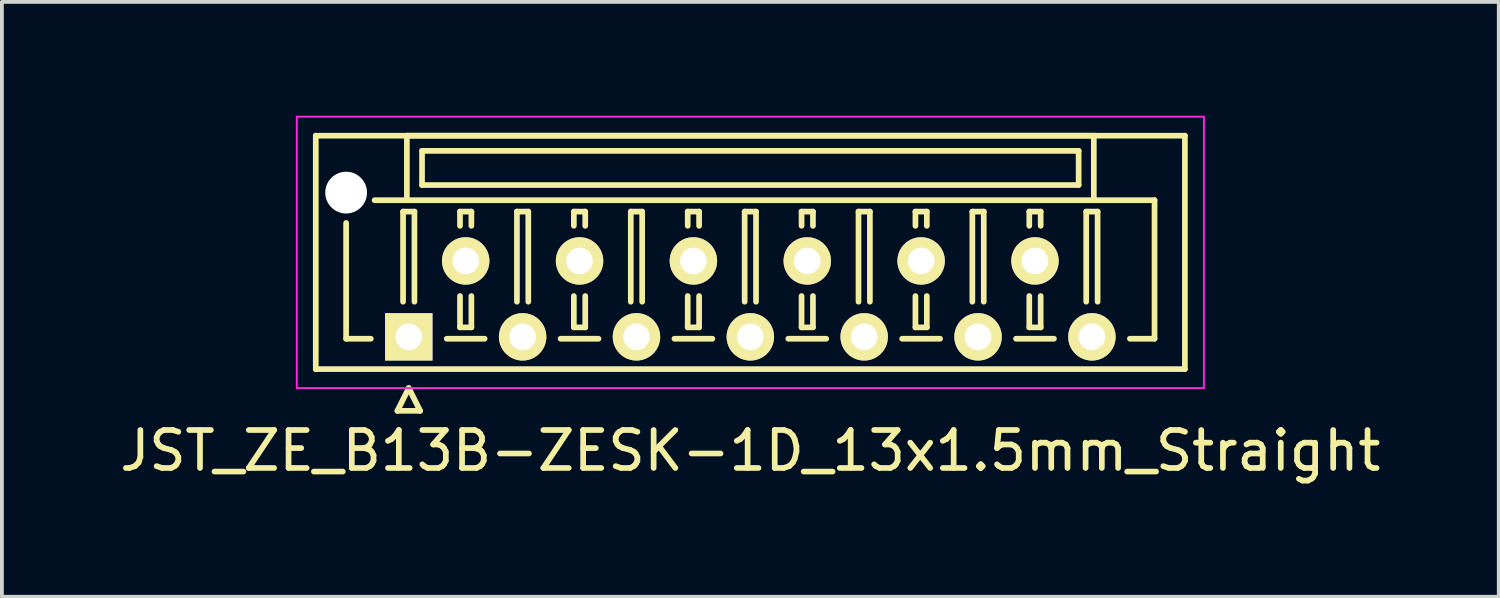
<source format=kicad_pcb>
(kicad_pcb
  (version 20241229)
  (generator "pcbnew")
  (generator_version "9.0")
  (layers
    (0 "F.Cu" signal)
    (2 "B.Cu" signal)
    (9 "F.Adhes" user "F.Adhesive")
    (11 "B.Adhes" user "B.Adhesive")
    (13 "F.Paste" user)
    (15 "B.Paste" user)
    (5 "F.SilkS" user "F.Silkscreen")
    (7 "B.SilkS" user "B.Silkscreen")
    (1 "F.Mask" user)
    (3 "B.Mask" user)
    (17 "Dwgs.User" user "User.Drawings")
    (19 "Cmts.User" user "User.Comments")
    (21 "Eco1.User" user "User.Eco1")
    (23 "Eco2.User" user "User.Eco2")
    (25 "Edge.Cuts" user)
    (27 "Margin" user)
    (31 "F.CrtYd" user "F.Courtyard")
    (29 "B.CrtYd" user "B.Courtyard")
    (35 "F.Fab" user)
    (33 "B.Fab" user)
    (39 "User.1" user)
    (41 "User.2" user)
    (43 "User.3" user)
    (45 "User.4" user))
  (footprint "JST_ZE_B13B-ZESK-1D_13x1.5mm_Straight"
    (layer "F.Cu")
    (at 7.72 5.825)
    (property "Reference" "JST_ZE_B13B-ZESK-1D_13x1.5mm_Straight" (at 9 3 0) (layer "F.SilkS") (effects (font (size 1 1) (thickness 0.15))))
    (attr through_hole)
    (fp_line (start -2.45 -5.3) (end -2.45 0.85) (stroke (width 0.15) (type solid)) (layer "F.SilkS"))
    (fp_line (start -2.45 0.85) (end 20.45 0.85) (stroke (width 0.15) (type solid)) (layer "F.SilkS"))
    (fp_line (start -1.65 -3) (end -1.65 0.05) (stroke (width 0.15) (type solid)) (layer "F.SilkS"))
    (fp_line (start -1.65 0.05) (end -1 0.05) (stroke (width 0.15) (type solid)) (layer "F.SilkS"))
    (fp_line (start -0.3 1.95) (end 0 1.35) (stroke (width 0.15) (type solid)) (layer "F.SilkS"))
    (fp_line (start -0.15 -3.3) (end 0.15 -3.3) (stroke (width 0.15) (type solid)) (layer "F.SilkS"))
    (fp_line (start -0.15 -0.925) (end -0.15 -3.3) (stroke (width 0.15) (type solid)) (layer "F.SilkS"))
    (fp_line (start -0.05 -5.3) (end -0.05 -3.6) (stroke (width 0.15) (type solid)) (layer "F.SilkS"))
    (fp_line (start -0.05 -3.6) (end -0.9 -3.6) (stroke (width 0.15) (type solid)) (layer "F.SilkS"))
    (fp_line (start -0.05 -3.6) (end 18.05 -3.6) (stroke (width 0.15) (type solid)) (layer "F.SilkS"))
    (fp_line (start 0 1.35) (end 0.3 1.95) (stroke (width 0.15) (type solid)) (layer "F.SilkS"))
    (fp_line (start 0.15 -3.3) (end 0.15 -0.925) (stroke (width 0.15) (type solid)) (layer "F.SilkS"))
    (fp_line (start 0.3 1.95) (end -0.3 1.95) (stroke (width 0.15) (type solid)) (layer "F.SilkS"))
    (fp_line (start 0.35 -4.9) (end 0.35 -4) (stroke (width 0.15) (type solid)) (layer "F.SilkS"))
    (fp_line (start 0.35 -4) (end 17.65 -4) (stroke (width 0.15) (type solid)) (layer "F.SilkS"))
    (fp_line (start 1 0.05) (end 2 0.05) (stroke (width 0.15) (type solid)) (layer "F.SilkS"))
    (fp_line (start 1.35 -3.3) (end 1.65 -3.3) (stroke (width 0.15) (type solid)) (layer "F.SilkS"))
    (fp_line (start 1.35 -2.925) (end 1.35 -3.3) (stroke (width 0.15) (type solid)) (layer "F.SilkS"))
    (fp_line (start 1.35 -1.075) (end 1.35 -0.25) (stroke (width 0.15) (type solid)) (layer "F.SilkS"))
    (fp_line (start 1.35 -0.25) (end 1.65 -0.25) (stroke (width 0.15) (type solid)) (layer "F.SilkS"))
    (fp_line (start 1.65 -3.3) (end 1.65 -2.925) (stroke (width 0.15) (type solid)) (layer "F.SilkS"))
    (fp_line (start 1.65 -0.25) (end 1.65 -1.075) (stroke (width 0.15) (type solid)) (layer "F.SilkS"))
    (fp_line (start 2.85 -3.3) (end 3.15 -3.3) (stroke (width 0.15) (type solid)) (layer "F.SilkS"))
    (fp_line (start 2.85 -0.925) (end 2.85 -3.3) (stroke (width 0.15) (type solid)) (layer "F.SilkS"))
    (fp_line (start 3.15 -3.3) (end 3.15 -0.925) (stroke (width 0.15) (type solid)) (layer "F.SilkS"))
    (fp_line (start 4 0.05) (end 5 0.05) (stroke (width 0.15) (type solid)) (layer "F.SilkS"))
    (fp_line (start 4.35 -3.3) (end 4.65 -3.3) (stroke (width 0.15) (type solid)) (layer "F.SilkS"))
    (fp_line (start 4.35 -2.925) (end 4.35 -3.3) (stroke (width 0.15) (type solid)) (layer "F.SilkS"))
    (fp_line (start 4.35 -1.075) (end 4.35 -0.25) (stroke (width 0.15) (type solid)) (layer "F.SilkS"))
    (fp_line (start 4.35 -0.25) (end 4.65 -0.25) (stroke (width 0.15) (type solid)) (layer "F.SilkS"))
    (fp_line (start 4.65 -3.3) (end 4.65 -2.925) (stroke (width 0.15) (type solid)) (layer "F.SilkS"))
    (fp_line (start 4.65 -0.25) (end 4.65 -1.075) (stroke (width 0.15) (type solid)) (layer "F.SilkS"))
    (fp_line (start 5.85 -3.3) (end 6.15 -3.3) (stroke (width 0.15) (type solid)) (layer "F.SilkS"))
    (fp_line (start 5.85 -0.925) (end 5.85 -3.3) (stroke (width 0.15) (type solid)) (layer "F.SilkS"))
    (fp_line (start 6.15 -3.3) (end 6.15 -0.925) (stroke (width 0.15) (type solid)) (layer "F.SilkS"))
    (fp_line (start 7 0.05) (end 8 0.05) (stroke (width 0.15) (type solid)) (layer "F.SilkS"))
    (fp_line (start 7.35 -3.3) (end 7.65 -3.3) (stroke (width 0.15) (type solid)) (layer "F.SilkS"))
    (fp_line (start 7.35 -2.925) (end 7.35 -3.3) (stroke (width 0.15) (type solid)) (layer "F.SilkS"))
    (fp_line (start 7.35 -1.075) (end 7.35 -0.25) (stroke (width 0.15) (type solid)) (layer "F.SilkS"))
    (fp_line (start 7.35 -0.25) (end 7.65 -0.25) (stroke (width 0.15) (type solid)) (layer "F.SilkS"))
    (fp_line (start 7.65 -3.3) (end 7.65 -2.925) (stroke (width 0.15) (type solid)) (layer "F.SilkS"))
    (fp_line (start 7.65 -0.25) (end 7.65 -1.075) (stroke (width 0.15) (type solid)) (layer "F.SilkS"))
    (fp_line (start 8.85 -3.3) (end 9.15 -3.3) (stroke (width 0.15) (type solid)) (layer "F.SilkS"))
    (fp_line (start 8.85 -0.925) (end 8.85 -3.3) (stroke (width 0.15) (type solid)) (layer "F.SilkS"))
    (fp_line (start 9.15 -3.3) (end 9.15 -0.925) (stroke (width 0.15) (type solid)) (layer "F.SilkS"))
    (fp_line (start 10 0.05) (end 11 0.05) (stroke (width 0.15) (type solid)) (layer "F.SilkS"))
    (fp_line (start 10.35 -3.3) (end 10.65 -3.3) (stroke (width 0.15) (type solid)) (layer "F.SilkS"))
    (fp_line (start 10.35 -2.925) (end 10.35 -3.3) (stroke (width 0.15) (type solid)) (layer "F.SilkS"))
    (fp_line (start 10.35 -1.075) (end 10.35 -0.25) (stroke (width 0.15) (type solid)) (layer "F.SilkS"))
    (fp_line (start 10.35 -0.25) (end 10.65 -0.25) (stroke (width 0.15) (type solid)) (layer "F.SilkS"))
    (fp_line (start 10.65 -3.3) (end 10.65 -2.925) (stroke (width 0.15) (type solid)) (layer "F.SilkS"))
    (fp_line (start 10.65 -0.25) (end 10.65 -1.075) (stroke (width 0.15) (type solid)) (layer "F.SilkS"))
    (fp_line (start 11.85 -3.3) (end 12.15 -3.3) (stroke (width 0.15) (type solid)) (layer "F.SilkS"))
    (fp_line (start 11.85 -0.925) (end 11.85 -3.3) (stroke (width 0.15) (type solid)) (layer "F.SilkS"))
    (fp_line (start 12.15 -3.3) (end 12.15 -0.925) (stroke (width 0.15) (type solid)) (layer "F.SilkS"))
    (fp_line (start 13 0.05) (end 14 0.05) (stroke (width 0.15) (type solid)) (layer "F.SilkS"))
    (fp_line (start 13.35 -3.3) (end 13.65 -3.3) (stroke (width 0.15) (type solid)) (layer "F.SilkS"))
    (fp_line (start 13.35 -2.925) (end 13.35 -3.3) (stroke (width 0.15) (type solid)) (layer "F.SilkS"))
    (fp_line (start 13.35 -1.075) (end 13.35 -0.25) (stroke (width 0.15) (type solid)) (layer "F.SilkS"))
    (fp_line (start 13.35 -0.25) (end 13.65 -0.25) (stroke (width 0.15) (type solid)) (layer "F.SilkS"))
    (fp_line (start 13.65 -3.3) (end 13.65 -2.925) (stroke (width 0.15) (type solid)) (layer "F.SilkS"))
    (fp_line (start 13.65 -0.25) (end 13.65 -1.075) (stroke (width 0.15) (type solid)) (layer "F.SilkS"))
    (fp_line (start 14.85 -3.3) (end 15.15 -3.3) (stroke (width 0.15) (type solid)) (layer "F.SilkS"))
    (fp_line (start 14.85 -0.925) (end 14.85 -3.3) (stroke (width 0.15) (type solid)) (layer "F.SilkS"))
    (fp_line (start 15.15 -3.3) (end 15.15 -0.925) (stroke (width 0.15) (type solid)) (layer "F.SilkS"))
    (fp_line (start 16 0.05) (end 17 0.05) (stroke (width 0.15) (type solid)) (layer "F.SilkS"))
    (fp_line (start 16.35 -3.3) (end 16.65 -3.3) (stroke (width 0.15) (type solid)) (layer "F.SilkS"))
    (fp_line (start 16.35 -2.925) (end 16.35 -3.3) (stroke (width 0.15) (type solid)) (layer "F.SilkS"))
    (fp_line (start 16.35 -1.075) (end 16.35 -0.25) (stroke (width 0.15) (type solid)) (layer "F.SilkS"))
    (fp_line (start 16.35 -0.25) (end 16.65 -0.25) (stroke (width 0.15) (type solid)) (layer "F.SilkS"))
    (fp_line (start 16.65 -3.3) (end 16.65 -2.925) (stroke (width 0.15) (type solid)) (layer "F.SilkS"))
    (fp_line (start 16.65 -0.25) (end 16.65 -1.075) (stroke (width 0.15) (type solid)) (layer "F.SilkS"))
    (fp_line (start 17.65 -4.9) (end 0.35 -4.9) (stroke (width 0.15) (type solid)) (layer "F.SilkS"))
    (fp_line (start 17.65 -4) (end 17.65 -4.9) (stroke (width 0.15) (type solid)) (layer "F.SilkS"))
    (fp_line (start 17.85 -3.3) (end 18.15 -3.3) (stroke (width 0.15) (type solid)) (layer "F.SilkS"))
    (fp_line (start 17.85 -0.925) (end 17.85 -3.3) (stroke (width 0.15) (type solid)) (layer "F.SilkS"))
    (fp_line (start 18.05 -5.3) (end -0.05 -5.3) (stroke (width 0.15) (type solid)) (layer "F.SilkS"))
    (fp_line (start 18.05 -3.6) (end 18.05 -5.3) (stroke (width 0.15) (type solid)) (layer "F.SilkS"))
    (fp_line (start 18.05 -3.6) (end 19.65 -3.6) (stroke (width 0.15) (type solid)) (layer "F.SilkS"))
    (fp_line (start 18.15 -3.3) (end 18.15 -0.925) (stroke (width 0.15) (type solid)) (layer "F.SilkS"))
    (fp_line (start 19.65 -3.6) (end 19.65 0.05) (stroke (width 0.15) (type solid)) (layer "F.SilkS"))
    (fp_line (start 19.65 0.05) (end 19 0.05) (stroke (width 0.15) (type solid)) (layer "F.SilkS"))
    (fp_line (start 20.45 -5.3) (end -2.45 -5.3) (stroke (width 0.15) (type solid)) (layer "F.SilkS"))
    (fp_line (start 20.45 0.85) (end 20.45 -5.3) (stroke (width 0.15) (type solid)) (layer "F.SilkS"))
    (fp_line (start -2.95 -5.8) (end -2.95 1.35) (stroke (width 0.05) (type solid)) (layer "F.CrtYd"))
    (fp_line (start -2.95 1.35) (end 20.95 1.35) (stroke (width 0.05) (type solid)) (layer "F.CrtYd"))
    (fp_line (start 20.95 -5.8) (end -2.95 -5.8) (stroke (width 0.05) (type solid)) (layer "F.CrtYd"))
    (fp_line (start 20.95 1.35) (end 20.95 -5.8) (stroke (width 0.05) (type solid)) (layer "F.CrtYd"))
    (pad "" np_thru_hole circle (at -1.65 -3.8) (size 1.1 1.1) (drill 1.1) (layers "*.Cu"))
    (pad "1" thru_hole rect (at 0 0) (size 1.25 1.25) (drill 0.7) (layers "*.Cu" "*.Mask" "F.SilkS"))
    (pad "2" thru_hole circle (at 1.5 -2) (size 1.25 1.25) (drill 0.7) (layers "*.Cu" "*.Mask" "F.SilkS"))
    (pad "3" thru_hole circle (at 3 0) (size 1.25 1.25) (drill 0.7) (layers "*.Cu" "*.Mask" "F.SilkS"))
    (pad "4" thru_hole circle (at 4.5 -2) (size 1.25 1.25) (drill 0.7) (layers "*.Cu" "*.Mask" "F.SilkS"))
    (pad "5" thru_hole circle (at 6 0) (size 1.25 1.25) (drill 0.7) (layers "*.Cu" "*.Mask" "F.SilkS"))
    (pad "6" thru_hole circle (at 7.5 -2) (size 1.25 1.25) (drill 0.7) (layers "*.Cu" "*.Mask" "F.SilkS"))
    (pad "7" thru_hole circle (at 9 0) (size 1.25 1.25) (drill 0.7) (layers "*.Cu" "*.Mask" "F.SilkS"))
    (pad "8" thru_hole circle (at 10.5 -2) (size 1.25 1.25) (drill 0.7) (layers "*.Cu" "*.Mask" "F.SilkS"))
    (pad "9" thru_hole circle (at 12 0) (size 1.25 1.25) (drill 0.7) (layers "*.Cu" "*.Mask" "F.SilkS"))
    (pad "10" thru_hole circle (at 13.5 -2) (size 1.25 1.25) (drill 0.7) (layers "*.Cu" "*.Mask" "F.SilkS"))
    (pad "11" thru_hole circle (at 15 0) (size 1.25 1.25) (drill 0.7) (layers "*.Cu" "*.Mask" "F.SilkS"))
    (pad "12" thru_hole circle (at 16.5 -2) (size 1.25 1.25) (drill 0.7) (layers "*.Cu" "*.Mask" "F.SilkS"))
    (pad "13" thru_hole circle (at 18 0) (size 1.25 1.25) (drill 0.7) (layers "*.Cu" "*.Mask" "F.SilkS")))
  (gr_rect
    (start -3 -3)
    (end 36.44 12.673)
    (stroke (width 0.1) (type default))
    (fill no)
    (layer "Edge.Cuts")))
</source>
